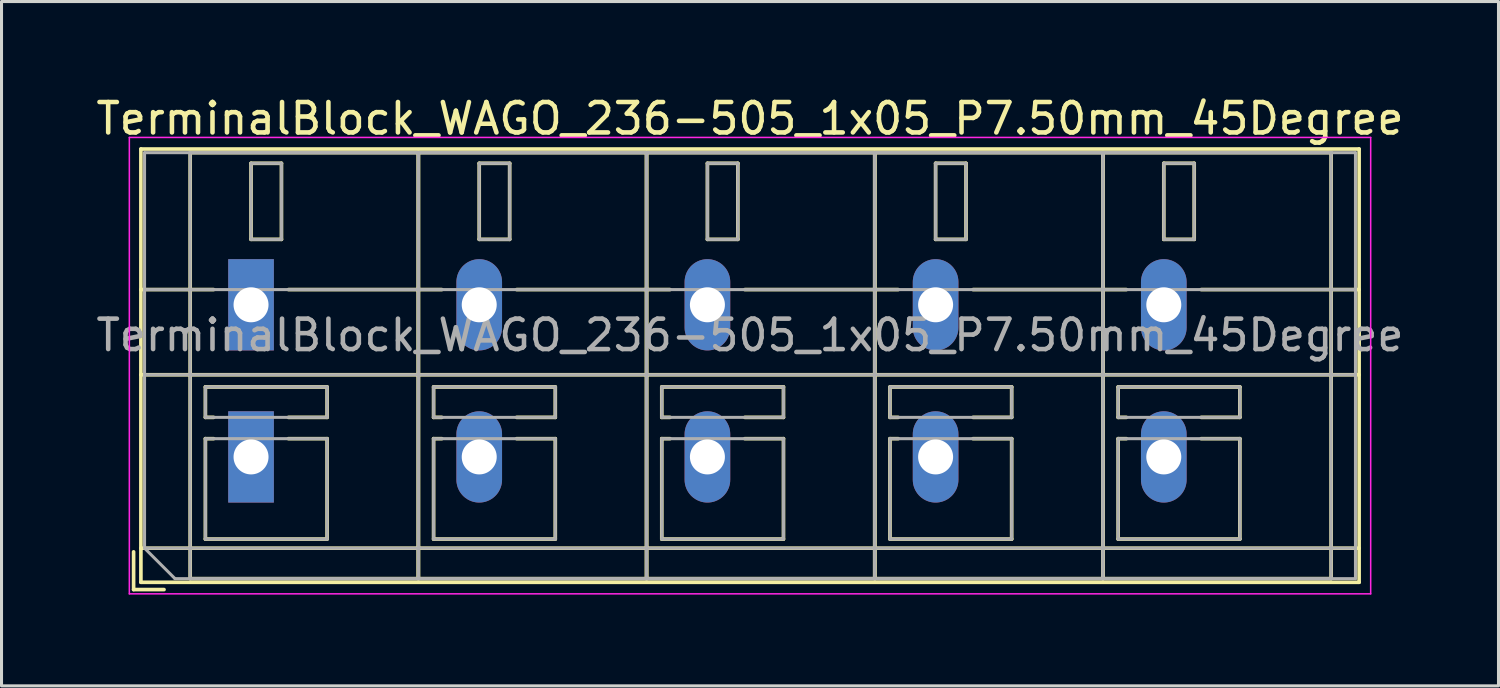
<source format=kicad_pcb>
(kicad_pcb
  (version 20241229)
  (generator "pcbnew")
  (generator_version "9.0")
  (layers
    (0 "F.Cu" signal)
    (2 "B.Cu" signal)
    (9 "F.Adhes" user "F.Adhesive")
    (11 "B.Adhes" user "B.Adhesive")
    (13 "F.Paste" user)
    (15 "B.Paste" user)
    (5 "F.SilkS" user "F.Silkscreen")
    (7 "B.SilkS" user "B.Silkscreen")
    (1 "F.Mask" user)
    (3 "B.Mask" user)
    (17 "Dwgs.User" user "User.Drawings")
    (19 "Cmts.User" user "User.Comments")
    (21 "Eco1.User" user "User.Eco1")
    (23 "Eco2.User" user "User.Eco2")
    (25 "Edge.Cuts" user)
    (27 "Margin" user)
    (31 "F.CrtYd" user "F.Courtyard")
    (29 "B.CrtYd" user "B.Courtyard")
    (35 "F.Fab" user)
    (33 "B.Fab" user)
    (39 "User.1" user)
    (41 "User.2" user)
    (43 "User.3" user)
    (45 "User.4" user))
  (footprint "TerminalBlock_WAGO_236-505_1x05_P7.50mm_45Degree"
    (layer "F.Cu")
    (at 5.201 6.968)
    (property "Reference" "TerminalBlock_WAGO_236-505_1x05_P7.50mm_45Degree" (at 16.4 -6.12 0) (layer "F.SilkS") (effects (font (size 1 1) (thickness 0.15))))
    (attr through_hole)
    (fp_line (start -3.86 8.12) (end -3.86 9.36) (stroke (width 0.12) (type solid)) (layer "F.SilkS"))
    (fp_line (start -3.86 9.36) (end -2.86 9.36) (stroke (width 0.12) (type solid)) (layer "F.SilkS"))
    (fp_line (start -3.62 -5.12) (end -3.62 9.12) (stroke (width 0.12) (type solid)) (layer "F.SilkS"))
    (fp_line (start -3.62 -5.12) (end 36.42 -5.12) (stroke (width 0.12) (type solid)) (layer "F.SilkS"))
    (fp_line (start -3.62 -0.5) (end -1.23 -0.5) (stroke (width 0.12) (type solid)) (layer "F.SilkS"))
    (fp_line (start -3.62 2.3) (end 36.42 2.3) (stroke (width 0.12) (type solid)) (layer "F.SilkS"))
    (fp_line (start -3.62 8) (end 36.42 8) (stroke (width 0.12) (type solid)) (layer "F.SilkS"))
    (fp_line (start -3.62 9.12) (end 36.42 9.12) (stroke (width 0.12) (type solid)) (layer "F.SilkS"))
    (fp_line (start -2 -5) (end -2 9) (stroke (width 0.12) (type solid)) (layer "F.SilkS"))
    (fp_line (start -2 -5) (end 5.5 -5) (stroke (width 0.12) (type solid)) (layer "F.SilkS"))
    (fp_line (start -2 9) (end 5.5 9) (stroke (width 0.12) (type solid)) (layer "F.SilkS"))
    (fp_line (start -1.5 2.7) (end -1.5 3.7) (stroke (width 0.12) (type solid)) (layer "F.SilkS"))
    (fp_line (start -1.5 2.7) (end 2.5 2.7) (stroke (width 0.12) (type solid)) (layer "F.SilkS"))
    (fp_line (start -1.5 3.7) (end -1.23 3.7) (stroke (width 0.12) (type solid)) (layer "F.SilkS"))
    (fp_line (start -1.5 4.4) (end -1.5 7.7) (stroke (width 0.12) (type solid)) (layer "F.SilkS"))
    (fp_line (start -1.5 4.4) (end -1.23 4.4) (stroke (width 0.12) (type solid)) (layer "F.SilkS"))
    (fp_line (start -1.5 7.7) (end 2.5 7.7) (stroke (width 0.12) (type solid)) (layer "F.SilkS"))
    (fp_line (start 0 -4.65) (end 0 -2.151) (stroke (width 0.12) (type solid)) (layer "F.SilkS"))
    (fp_line (start 0 -4.65) (end 1 -4.65) (stroke (width 0.12) (type solid)) (layer "F.SilkS"))
    (fp_line (start 0 -2.151) (end 1 -2.151) (stroke (width 0.12) (type solid)) (layer "F.SilkS"))
    (fp_line (start 1 -4.65) (end 1 -2.151) (stroke (width 0.12) (type solid)) (layer "F.SilkS"))
    (fp_line (start 1.23 -0.5) (end 6.27 -0.5) (stroke (width 0.12) (type solid)) (layer "F.SilkS"))
    (fp_line (start 1.23 3.7) (end 2.5 3.7) (stroke (width 0.12) (type solid)) (layer "F.SilkS"))
    (fp_line (start 1.23 4.4) (end 2.5 4.4) (stroke (width 0.12) (type solid)) (layer "F.SilkS"))
    (fp_line (start 2.5 2.7) (end 2.5 3.7) (stroke (width 0.12) (type solid)) (layer "F.SilkS"))
    (fp_line (start 2.5 4.4) (end 2.5 7.7) (stroke (width 0.12) (type solid)) (layer "F.SilkS"))
    (fp_line (start 5.5 -5) (end 5.5 9) (stroke (width 0.12) (type solid)) (layer "F.SilkS"))
    (fp_line (start 5.5 -5) (end 5.5 9) (stroke (width 0.12) (type solid)) (layer "F.SilkS"))
    (fp_line (start 5.5 -5) (end 13 -5) (stroke (width 0.12) (type solid)) (layer "F.SilkS"))
    (fp_line (start 5.5 9) (end 13 9) (stroke (width 0.12) (type solid)) (layer "F.SilkS"))
    (fp_line (start 6 2.7) (end 6 3.7) (stroke (width 0.12) (type solid)) (layer "F.SilkS"))
    (fp_line (start 6 2.7) (end 10 2.7) (stroke (width 0.12) (type solid)) (layer "F.SilkS"))
    (fp_line (start 6 3.7) (end 6.27 3.7) (stroke (width 0.12) (type solid)) (layer "F.SilkS"))
    (fp_line (start 6 4.4) (end 6 7.7) (stroke (width 0.12) (type solid)) (layer "F.SilkS"))
    (fp_line (start 6 4.4) (end 6.27 4.4) (stroke (width 0.12) (type solid)) (layer "F.SilkS"))
    (fp_line (start 6 7.7) (end 10 7.7) (stroke (width 0.12) (type solid)) (layer "F.SilkS"))
    (fp_line (start 7.5 -4.65) (end 7.5 -2.151) (stroke (width 0.12) (type solid)) (layer "F.SilkS"))
    (fp_line (start 7.5 -4.65) (end 8.5 -4.65) (stroke (width 0.12) (type solid)) (layer "F.SilkS"))
    (fp_line (start 7.5 -2.151) (end 8.5 -2.151) (stroke (width 0.12) (type solid)) (layer "F.SilkS"))
    (fp_line (start 8.5 -4.65) (end 8.5 -2.151) (stroke (width 0.12) (type solid)) (layer "F.SilkS"))
    (fp_line (start 8.73 -0.5) (end 13.77 -0.5) (stroke (width 0.12) (type solid)) (layer "F.SilkS"))
    (fp_line (start 8.73 3.7) (end 10 3.7) (stroke (width 0.12) (type solid)) (layer "F.SilkS"))
    (fp_line (start 8.73 4.4) (end 10 4.4) (stroke (width 0.12) (type solid)) (layer "F.SilkS"))
    (fp_line (start 10 2.7) (end 10 3.7) (stroke (width 0.12) (type solid)) (layer "F.SilkS"))
    (fp_line (start 10 4.4) (end 10 7.7) (stroke (width 0.12) (type solid)) (layer "F.SilkS"))
    (fp_line (start 13 -5) (end 13 9) (stroke (width 0.12) (type solid)) (layer "F.SilkS"))
    (fp_line (start 13 -5) (end 13 9) (stroke (width 0.12) (type solid)) (layer "F.SilkS"))
    (fp_line (start 13 -5) (end 20.5 -5) (stroke (width 0.12) (type solid)) (layer "F.SilkS"))
    (fp_line (start 13 9) (end 20.5 9) (stroke (width 0.12) (type solid)) (layer "F.SilkS"))
    (fp_line (start 13.5 2.7) (end 13.5 3.7) (stroke (width 0.12) (type solid)) (layer "F.SilkS"))
    (fp_line (start 13.5 2.7) (end 17.5 2.7) (stroke (width 0.12) (type solid)) (layer "F.SilkS"))
    (fp_line (start 13.5 3.7) (end 13.77 3.7) (stroke (width 0.12) (type solid)) (layer "F.SilkS"))
    (fp_line (start 13.5 4.4) (end 13.5 7.7) (stroke (width 0.12) (type solid)) (layer "F.SilkS"))
    (fp_line (start 13.5 4.4) (end 13.77 4.4) (stroke (width 0.12) (type solid)) (layer "F.SilkS"))
    (fp_line (start 13.5 7.7) (end 17.5 7.7) (stroke (width 0.12) (type solid)) (layer "F.SilkS"))
    (fp_line (start 15 -4.65) (end 15 -2.151) (stroke (width 0.12) (type solid)) (layer "F.SilkS"))
    (fp_line (start 15 -4.65) (end 16 -4.65) (stroke (width 0.12) (type solid)) (layer "F.SilkS"))
    (fp_line (start 15 -2.151) (end 16 -2.151) (stroke (width 0.12) (type solid)) (layer "F.SilkS"))
    (fp_line (start 16 -4.65) (end 16 -2.151) (stroke (width 0.12) (type solid)) (layer "F.SilkS"))
    (fp_line (start 16.23 -0.5) (end 21.27 -0.5) (stroke (width 0.12) (type solid)) (layer "F.SilkS"))
    (fp_line (start 16.23 3.7) (end 17.5 3.7) (stroke (width 0.12) (type solid)) (layer "F.SilkS"))
    (fp_line (start 16.23 4.4) (end 17.5 4.4) (stroke (width 0.12) (type solid)) (layer "F.SilkS"))
    (fp_line (start 17.5 2.7) (end 17.5 3.7) (stroke (width 0.12) (type solid)) (layer "F.SilkS"))
    (fp_line (start 17.5 4.4) (end 17.5 7.7) (stroke (width 0.12) (type solid)) (layer "F.SilkS"))
    (fp_line (start 20.5 -5) (end 20.5 9) (stroke (width 0.12) (type solid)) (layer "F.SilkS"))
    (fp_line (start 20.5 -5) (end 20.5 9) (stroke (width 0.12) (type solid)) (layer "F.SilkS"))
    (fp_line (start 20.5 -5) (end 28 -5) (stroke (width 0.12) (type solid)) (layer "F.SilkS"))
    (fp_line (start 20.5 9) (end 28 9) (stroke (width 0.12) (type solid)) (layer "F.SilkS"))
    (fp_line (start 21 2.7) (end 21 3.7) (stroke (width 0.12) (type solid)) (layer "F.SilkS"))
    (fp_line (start 21 2.7) (end 25 2.7) (stroke (width 0.12) (type solid)) (layer "F.SilkS"))
    (fp_line (start 21 3.7) (end 21.27 3.7) (stroke (width 0.12) (type solid)) (layer "F.SilkS"))
    (fp_line (start 21 4.4) (end 21 7.7) (stroke (width 0.12) (type solid)) (layer "F.SilkS"))
    (fp_line (start 21 4.4) (end 21.27 4.4) (stroke (width 0.12) (type solid)) (layer "F.SilkS"))
    (fp_line (start 21 7.7) (end 25 7.7) (stroke (width 0.12) (type solid)) (layer "F.SilkS"))
    (fp_line (start 22.5 -4.65) (end 22.5 -2.151) (stroke (width 0.12) (type solid)) (layer "F.SilkS"))
    (fp_line (start 22.5 -4.65) (end 23.5 -4.65) (stroke (width 0.12) (type solid)) (layer "F.SilkS"))
    (fp_line (start 22.5 -2.151) (end 23.5 -2.151) (stroke (width 0.12) (type solid)) (layer "F.SilkS"))
    (fp_line (start 23.5 -4.65) (end 23.5 -2.151) (stroke (width 0.12) (type solid)) (layer "F.SilkS"))
    (fp_line (start 23.73 -0.5) (end 28.77 -0.5) (stroke (width 0.12) (type solid)) (layer "F.SilkS"))
    (fp_line (start 23.73 3.7) (end 25 3.7) (stroke (width 0.12) (type solid)) (layer "F.SilkS"))
    (fp_line (start 23.73 4.4) (end 25 4.4) (stroke (width 0.12) (type solid)) (layer "F.SilkS"))
    (fp_line (start 25 2.7) (end 25 3.7) (stroke (width 0.12) (type solid)) (layer "F.SilkS"))
    (fp_line (start 25 4.4) (end 25 7.7) (stroke (width 0.12) (type solid)) (layer "F.SilkS"))
    (fp_line (start 28 -5) (end 28 9) (stroke (width 0.12) (type solid)) (layer "F.SilkS"))
    (fp_line (start 28 -5) (end 28 9) (stroke (width 0.12) (type solid)) (layer "F.SilkS"))
    (fp_line (start 28 -5) (end 35.5 -5) (stroke (width 0.12) (type solid)) (layer "F.SilkS"))
    (fp_line (start 28 9) (end 35.5 9) (stroke (width 0.12) (type solid)) (layer "F.SilkS"))
    (fp_line (start 28.5 2.7) (end 28.5 3.7) (stroke (width 0.12) (type solid)) (layer "F.SilkS"))
    (fp_line (start 28.5 2.7) (end 32.5 2.7) (stroke (width 0.12) (type solid)) (layer "F.SilkS"))
    (fp_line (start 28.5 3.7) (end 28.77 3.7) (stroke (width 0.12) (type solid)) (layer "F.SilkS"))
    (fp_line (start 28.5 4.4) (end 28.5 7.7) (stroke (width 0.12) (type solid)) (layer "F.SilkS"))
    (fp_line (start 28.5 4.4) (end 28.77 4.4) (stroke (width 0.12) (type solid)) (layer "F.SilkS"))
    (fp_line (start 28.5 7.7) (end 32.5 7.7) (stroke (width 0.12) (type solid)) (layer "F.SilkS"))
    (fp_line (start 30 -4.65) (end 30 -2.151) (stroke (width 0.12) (type solid)) (layer "F.SilkS"))
    (fp_line (start 30 -4.65) (end 31 -4.65) (stroke (width 0.12) (type solid)) (layer "F.SilkS"))
    (fp_line (start 30 -2.151) (end 31 -2.151) (stroke (width 0.12) (type solid)) (layer "F.SilkS"))
    (fp_line (start 31 -4.65) (end 31 -2.151) (stroke (width 0.12) (type solid)) (layer "F.SilkS"))
    (fp_line (start 31.23 -0.5) (end 36.42 -0.5) (stroke (width 0.12) (type solid)) (layer "F.SilkS"))
    (fp_line (start 31.23 3.7) (end 32.5 3.7) (stroke (width 0.12) (type solid)) (layer "F.SilkS"))
    (fp_line (start 31.23 4.4) (end 32.5 4.4) (stroke (width 0.12) (type solid)) (layer "F.SilkS"))
    (fp_line (start 32.5 2.7) (end 32.5 3.7) (stroke (width 0.12) (type solid)) (layer "F.SilkS"))
    (fp_line (start 32.5 4.4) (end 32.5 7.7) (stroke (width 0.12) (type solid)) (layer "F.SilkS"))
    (fp_line (start 35.5 -5) (end 35.5 9) (stroke (width 0.12) (type solid)) (layer "F.SilkS"))
    (fp_line (start 36.42 -5.12) (end 36.42 9.12) (stroke (width 0.12) (type solid)) (layer "F.SilkS"))
    (fp_line (start -4 -5.5) (end -4 9.5) (stroke (width 0.05) (type solid)) (layer "F.CrtYd"))
    (fp_line (start -4 9.5) (end 36.8 9.5) (stroke (width 0.05) (type solid)) (layer "F.CrtYd"))
    (fp_line (start 36.8 -5.5) (end -4 -5.5) (stroke (width 0.05) (type solid)) (layer "F.CrtYd"))
    (fp_line (start 36.8 9.5) (end 36.8 -5.5) (stroke (width 0.05) (type solid)) (layer "F.CrtYd"))
    (fp_line (start -3.5 -5) (end 36.3 -5) (stroke (width 0.1) (type solid)) (layer "F.Fab"))
    (fp_line (start -3.5 -0.5) (end 36.3 -0.5) (stroke (width 0.1) (type solid)) (layer "F.Fab"))
    (fp_line (start -3.5 2.3) (end 36.3 2.3) (stroke (width 0.1) (type solid)) (layer "F.Fab"))
    (fp_line (start -3.5 8) (end -3.5 -5) (stroke (width 0.1) (type solid)) (layer "F.Fab"))
    (fp_line (start -3.5 8) (end 36.3 8) (stroke (width 0.1) (type solid)) (layer "F.Fab"))
    (fp_line (start -2.5 9) (end -3.5 8) (stroke (width 0.1) (type solid)) (layer "F.Fab"))
    (fp_line (start -2 -5) (end -2 9) (stroke (width 0.1) (type solid)) (layer "F.Fab"))
    (fp_line (start -2 9) (end 5.5 9) (stroke (width 0.1) (type solid)) (layer "F.Fab"))
    (fp_line (start -1.5 2.7) (end -1.5 3.7) (stroke (width 0.1) (type solid)) (layer "F.Fab"))
    (fp_line (start -1.5 3.7) (end 2.5 3.7) (stroke (width 0.1) (type solid)) (layer "F.Fab"))
    (fp_line (start -1.5 4.4) (end -1.5 7.7) (stroke (width 0.1) (type solid)) (layer "F.Fab"))
    (fp_line (start -1.5 7.7) (end 2.5 7.7) (stroke (width 0.1) (type solid)) (layer "F.Fab"))
    (fp_line (start 0 -4.65) (end 0 -2.15) (stroke (width 0.1) (type solid)) (layer "F.Fab"))
    (fp_line (start 0 -2.15) (end 1 -2.15) (stroke (width 0.1) (type solid)) (layer "F.Fab"))
    (fp_line (start 1 -4.65) (end 0 -4.65) (stroke (width 0.1) (type solid)) (layer "F.Fab"))
    (fp_line (start 1 -2.15) (end 1 -4.65) (stroke (width 0.1) (type solid)) (layer "F.Fab"))
    (fp_line (start 2.5 2.7) (end -1.5 2.7) (stroke (width 0.1) (type solid)) (layer "F.Fab"))
    (fp_line (start 2.5 3.7) (end 2.5 2.7) (stroke (width 0.1) (type solid)) (layer "F.Fab"))
    (fp_line (start 2.5 4.4) (end -1.5 4.4) (stroke (width 0.1) (type solid)) (layer "F.Fab"))
    (fp_line (start 2.5 7.7) (end 2.5 4.4) (stroke (width 0.1) (type solid)) (layer "F.Fab"))
    (fp_line (start 5.5 -5) (end -2 -5) (stroke (width 0.1) (type solid)) (layer "F.Fab"))
    (fp_line (start 5.5 -5) (end 5.5 9) (stroke (width 0.1) (type solid)) (layer "F.Fab"))
    (fp_line (start 5.5 9) (end 5.5 -5) (stroke (width 0.1) (type solid)) (layer "F.Fab"))
    (fp_line (start 5.5 9) (end 13 9) (stroke (width 0.1) (type solid)) (layer "F.Fab"))
    (fp_line (start 6 2.7) (end 6 3.7) (stroke (width 0.1) (type solid)) (layer "F.Fab"))
    (fp_line (start 6 3.7) (end 10 3.7) (stroke (width 0.1) (type solid)) (layer "F.Fab"))
    (fp_line (start 6 4.4) (end 6 7.7) (stroke (width 0.1) (type solid)) (layer "F.Fab"))
    (fp_line (start 6 7.7) (end 10 7.7) (stroke (width 0.1) (type solid)) (layer "F.Fab"))
    (fp_line (start 7.5 -4.65) (end 7.5 -2.15) (stroke (width 0.1) (type solid)) (layer "F.Fab"))
    (fp_line (start 7.5 -2.15) (end 8.5 -2.15) (stroke (width 0.1) (type solid)) (layer "F.Fab"))
    (fp_line (start 8.5 -4.65) (end 7.5 -4.65) (stroke (width 0.1) (type solid)) (layer "F.Fab"))
    (fp_line (start 8.5 -2.15) (end 8.5 -4.65) (stroke (width 0.1) (type solid)) (layer "F.Fab"))
    (fp_line (start 10 2.7) (end 6 2.7) (stroke (width 0.1) (type solid)) (layer "F.Fab"))
    (fp_line (start 10 3.7) (end 10 2.7) (stroke (width 0.1) (type solid)) (layer "F.Fab"))
    (fp_line (start 10 4.4) (end 6 4.4) (stroke (width 0.1) (type solid)) (layer "F.Fab"))
    (fp_line (start 10 7.7) (end 10 4.4) (stroke (width 0.1) (type solid)) (layer "F.Fab"))
    (fp_line (start 13 -5) (end 5.5 -5) (stroke (width 0.1) (type solid)) (layer "F.Fab"))
    (fp_line (start 13 -5) (end 13 9) (stroke (width 0.1) (type solid)) (layer "F.Fab"))
    (fp_line (start 13 9) (end 13 -5) (stroke (width 0.1) (type solid)) (layer "F.Fab"))
    (fp_line (start 13 9) (end 20.5 9) (stroke (width 0.1) (type solid)) (layer "F.Fab"))
    (fp_line (start 13.5 2.7) (end 13.5 3.7) (stroke (width 0.1) (type solid)) (layer "F.Fab"))
    (fp_line (start 13.5 3.7) (end 17.5 3.7) (stroke (width 0.1) (type solid)) (layer "F.Fab"))
    (fp_line (start 13.5 4.4) (end 13.5 7.7) (stroke (width 0.1) (type solid)) (layer "F.Fab"))
    (fp_line (start 13.5 7.7) (end 17.5 7.7) (stroke (width 0.1) (type solid)) (layer "F.Fab"))
    (fp_line (start 15 -4.65) (end 15 -2.15) (stroke (width 0.1) (type solid)) (layer "F.Fab"))
    (fp_line (start 15 -2.15) (end 16 -2.15) (stroke (width 0.1) (type solid)) (layer "F.Fab"))
    (fp_line (start 16 -4.65) (end 15 -4.65) (stroke (width 0.1) (type solid)) (layer "F.Fab"))
    (fp_line (start 16 -2.15) (end 16 -4.65) (stroke (width 0.1) (type solid)) (layer "F.Fab"))
    (fp_line (start 17.5 2.7) (end 13.5 2.7) (stroke (width 0.1) (type solid)) (layer "F.Fab"))
    (fp_line (start 17.5 3.7) (end 17.5 2.7) (stroke (width 0.1) (type solid)) (layer "F.Fab"))
    (fp_line (start 17.5 4.4) (end 13.5 4.4) (stroke (width 0.1) (type solid)) (layer "F.Fab"))
    (fp_line (start 17.5 7.7) (end 17.5 4.4) (stroke (width 0.1) (type solid)) (layer "F.Fab"))
    (fp_line (start 20.5 -5) (end 13 -5) (stroke (width 0.1) (type solid)) (layer "F.Fab"))
    (fp_line (start 20.5 -5) (end 20.5 9) (stroke (width 0.1) (type solid)) (layer "F.Fab"))
    (fp_line (start 20.5 9) (end 20.5 -5) (stroke (width 0.1) (type solid)) (layer "F.Fab"))
    (fp_line (start 20.5 9) (end 28 9) (stroke (width 0.1) (type solid)) (layer "F.Fab"))
    (fp_line (start 21 2.7) (end 21 3.7) (stroke (width 0.1) (type solid)) (layer "F.Fab"))
    (fp_line (start 21 3.7) (end 25 3.7) (stroke (width 0.1) (type solid)) (layer "F.Fab"))
    (fp_line (start 21 4.4) (end 21 7.7) (stroke (width 0.1) (type solid)) (layer "F.Fab"))
    (fp_line (start 21 7.7) (end 25 7.7) (stroke (width 0.1) (type solid)) (layer "F.Fab"))
    (fp_line (start 22.5 -4.65) (end 22.5 -2.15) (stroke (width 0.1) (type solid)) (layer "F.Fab"))
    (fp_line (start 22.5 -2.15) (end 23.5 -2.15) (stroke (width 0.1) (type solid)) (layer "F.Fab"))
    (fp_line (start 23.5 -4.65) (end 22.5 -4.65) (stroke (width 0.1) (type solid)) (layer "F.Fab"))
    (fp_line (start 23.5 -2.15) (end 23.5 -4.65) (stroke (width 0.1) (type solid)) (layer "F.Fab"))
    (fp_line (start 25 2.7) (end 21 2.7) (stroke (width 0.1) (type solid)) (layer "F.Fab"))
    (fp_line (start 25 3.7) (end 25 2.7) (stroke (width 0.1) (type solid)) (layer "F.Fab"))
    (fp_line (start 25 4.4) (end 21 4.4) (stroke (width 0.1) (type solid)) (layer "F.Fab"))
    (fp_line (start 25 7.7) (end 25 4.4) (stroke (width 0.1) (type solid)) (layer "F.Fab"))
    (fp_line (start 28 -5) (end 20.5 -5) (stroke (width 0.1) (type solid)) (layer "F.Fab"))
    (fp_line (start 28 -5) (end 28 9) (stroke (width 0.1) (type solid)) (layer "F.Fab"))
    (fp_line (start 28 9) (end 28 -5) (stroke (width 0.1) (type solid)) (layer "F.Fab"))
    (fp_line (start 28 9) (end 35.5 9) (stroke (width 0.1) (type solid)) (layer "F.Fab"))
    (fp_line (start 28.5 2.7) (end 28.5 3.7) (stroke (width 0.1) (type solid)) (layer "F.Fab"))
    (fp_line (start 28.5 3.7) (end 32.5 3.7) (stroke (width 0.1) (type solid)) (layer "F.Fab"))
    (fp_line (start 28.5 4.4) (end 28.5 7.7) (stroke (width 0.1) (type solid)) (layer "F.Fab"))
    (fp_line (start 28.5 7.7) (end 32.5 7.7) (stroke (width 0.1) (type solid)) (layer "F.Fab"))
    (fp_line (start 30 -4.65) (end 30 -2.15) (stroke (width 0.1) (type solid)) (layer "F.Fab"))
    (fp_line (start 30 -2.15) (end 31 -2.15) (stroke (width 0.1) (type solid)) (layer "F.Fab"))
    (fp_line (start 31 -4.65) (end 30 -4.65) (stroke (width 0.1) (type solid)) (layer "F.Fab"))
    (fp_line (start 31 -2.15) (end 31 -4.65) (stroke (width 0.1) (type solid)) (layer "F.Fab"))
    (fp_line (start 32.5 2.7) (end 28.5 2.7) (stroke (width 0.1) (type solid)) (layer "F.Fab"))
    (fp_line (start 32.5 3.7) (end 32.5 2.7) (stroke (width 0.1) (type solid)) (layer "F.Fab"))
    (fp_line (start 32.5 4.4) (end 28.5 4.4) (stroke (width 0.1) (type solid)) (layer "F.Fab"))
    (fp_line (start 32.5 7.7) (end 32.5 4.4) (stroke (width 0.1) (type solid)) (layer "F.Fab"))
    (fp_line (start 35.5 -5) (end 28 -5) (stroke (width 0.1) (type solid)) (layer "F.Fab"))
    (fp_line (start 35.5 9) (end 35.5 -5) (stroke (width 0.1) (type solid)) (layer "F.Fab"))
    (fp_line (start 36.3 -5) (end 36.3 9) (stroke (width 0.1) (type solid)) (layer "F.Fab"))
    (fp_line (start 36.3 9) (end -2.5 9) (stroke (width 0.1) (type solid)) (layer "F.Fab"))
    (fp_text user "${REFERENCE}" (at 16.4 1 0) (layer "F.Fab") (effects (font (size 1 1) (thickness 0.15))))
    (pad "1" thru_hole rect (at 0 0) (size 1.5 3) (drill 1.15) (layers "*.Cu" "*.Mask"))
    (pad "1" thru_hole rect (at 0 5) (size 1.5 3) (drill 1.15) (layers "*.Cu" "*.Mask"))
    (pad "2" thru_hole oval (at 7.5 0) (size 1.5 3) (drill 1.15) (layers "*.Cu" "*.Mask"))
    (pad "2" thru_hole oval (at 7.5 5) (size 1.5 3) (drill 1.15) (layers "*.Cu" "*.Mask"))
    (pad "3" thru_hole oval (at 15 0) (size 1.5 3) (drill 1.15) (layers "*.Cu" "*.Mask"))
    (pad "3" thru_hole oval (at 15 5) (size 1.5 3) (drill 1.15) (layers "*.Cu" "*.Mask"))
    (pad "4" thru_hole oval (at 22.5 0) (size 1.5 3) (drill 1.15) (layers "*.Cu" "*.Mask"))
    (pad "4" thru_hole oval (at 22.5 5) (size 1.5 3) (drill 1.15) (layers "*.Cu" "*.Mask"))
    (pad "5" thru_hole oval (at 30 0) (size 1.5 3) (drill 1.15) (layers "*.Cu" "*.Mask"))
    (pad "5" thru_hole oval (at 30 5) (size 1.5 3) (drill 1.15) (layers "*.Cu" "*.Mask")))
  (gr_rect
    (start -3 -3)
    (end 46.202 19.493)
    (stroke (width 0.1) (type default))
    (fill no)
    (layer "Edge.Cuts")))
</source>
